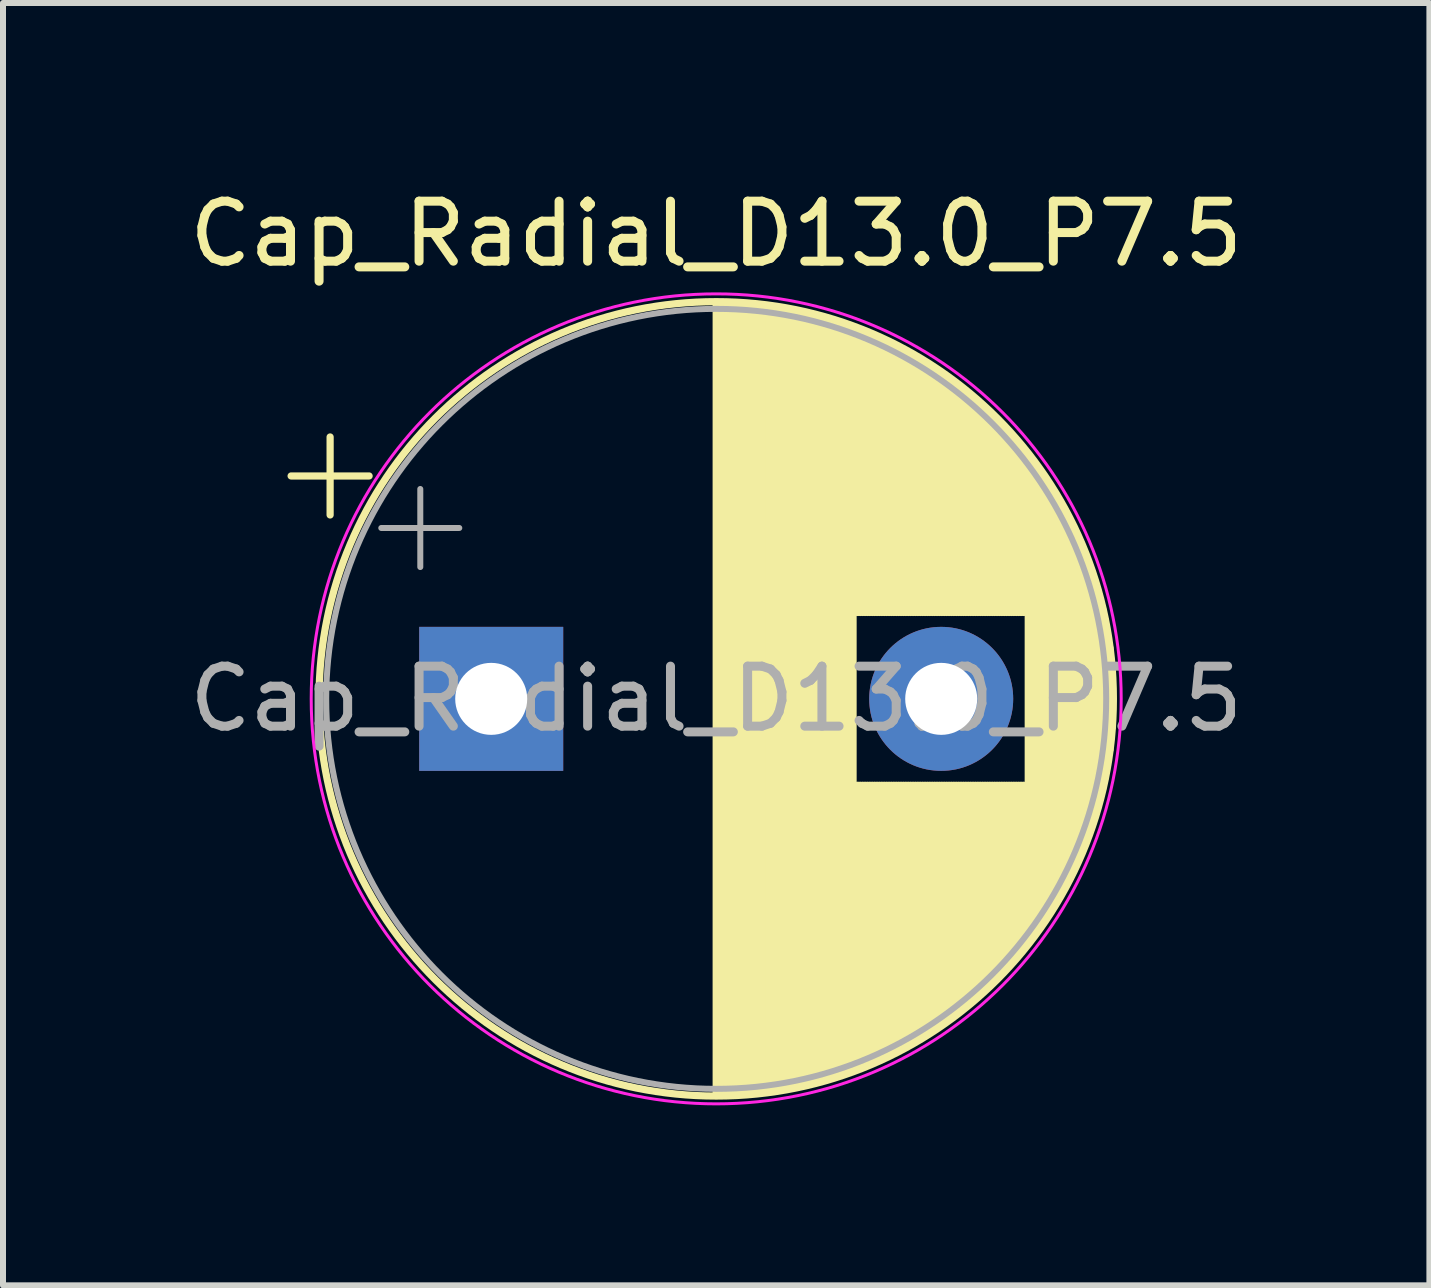
<source format=kicad_pcb>
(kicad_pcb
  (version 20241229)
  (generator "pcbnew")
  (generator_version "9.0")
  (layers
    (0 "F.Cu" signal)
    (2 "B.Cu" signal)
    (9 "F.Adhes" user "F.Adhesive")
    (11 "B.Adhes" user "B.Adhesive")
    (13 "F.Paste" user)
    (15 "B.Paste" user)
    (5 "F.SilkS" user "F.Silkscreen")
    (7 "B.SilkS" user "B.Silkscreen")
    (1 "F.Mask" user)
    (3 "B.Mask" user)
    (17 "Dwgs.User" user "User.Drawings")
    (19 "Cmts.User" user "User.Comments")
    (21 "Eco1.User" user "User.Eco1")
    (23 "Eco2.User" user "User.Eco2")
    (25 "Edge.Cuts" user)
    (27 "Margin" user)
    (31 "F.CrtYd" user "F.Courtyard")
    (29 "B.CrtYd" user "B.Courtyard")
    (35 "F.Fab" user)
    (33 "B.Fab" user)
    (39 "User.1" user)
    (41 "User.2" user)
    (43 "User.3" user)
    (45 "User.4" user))
  (footprint "Cap_Radial_D13.0_P7.5"
    (layer "F.Cu")
    (at 8.887 8.598)
    (property "Reference" "Cap_Radial_D13.0_P7.5" (at 0 -7.75 0) (layer "F.SilkS") (effects (font (size 1 1) (thickness 0.15))))
    (attr through_hole)
    (fp_line (start -7.085 -3.715) (end -5.785 -3.715) (stroke (width 0.12) (type solid)) (layer "F.SilkS"))
    (fp_line (start -6.435 -4.365) (end -6.435 -3.065) (stroke (width 0.12) (type solid)) (layer "F.SilkS"))
    (fp_line (start 0 -6.58) (end 0 6.58) (stroke (width 0.12) (type solid)) (layer "F.SilkS"))
    (fp_line (start 0.04 -6.58) (end 0.04 6.58) (stroke (width 0.12) (type solid)) (layer "F.SilkS"))
    (fp_line (start 0.08 -6.58) (end 0.08 6.58) (stroke (width 0.12) (type solid)) (layer "F.SilkS"))
    (fp_line (start 0.12 -6.579) (end 0.12 6.579) (stroke (width 0.12) (type solid)) (layer "F.SilkS"))
    (fp_line (start 0.16 -6.579) (end 0.16 6.579) (stroke (width 0.12) (type solid)) (layer "F.SilkS"))
    (fp_line (start 0.2 -6.577) (end 0.2 6.577) (stroke (width 0.12) (type solid)) (layer "F.SilkS"))
    (fp_line (start 0.24 -6.576) (end 0.24 6.576) (stroke (width 0.12) (type solid)) (layer "F.SilkS"))
    (fp_line (start 0.28 -6.575) (end 0.28 6.575) (stroke (width 0.12) (type solid)) (layer "F.SilkS"))
    (fp_line (start 0.32 -6.573) (end 0.32 6.573) (stroke (width 0.12) (type solid)) (layer "F.SilkS"))
    (fp_line (start 0.36 -6.571) (end 0.36 6.571) (stroke (width 0.12) (type solid)) (layer "F.SilkS"))
    (fp_line (start 0.4 -6.568) (end 0.4 6.568) (stroke (width 0.12) (type solid)) (layer "F.SilkS"))
    (fp_line (start 0.44 -6.566) (end 0.44 6.566) (stroke (width 0.12) (type solid)) (layer "F.SilkS"))
    (fp_line (start 0.48 -6.563) (end 0.48 6.563) (stroke (width 0.12) (type solid)) (layer "F.SilkS"))
    (fp_line (start 0.52 -6.56) (end 0.52 6.56) (stroke (width 0.12) (type solid)) (layer "F.SilkS"))
    (fp_line (start 0.56 -6.557) (end 0.56 6.557) (stroke (width 0.12) (type solid)) (layer "F.SilkS"))
    (fp_line (start 0.6 -6.553) (end 0.6 6.553) (stroke (width 0.12) (type solid)) (layer "F.SilkS"))
    (fp_line (start 0.64 -6.549) (end 0.64 6.549) (stroke (width 0.12) (type solid)) (layer "F.SilkS"))
    (fp_line (start 0.68 -6.545) (end 0.68 6.545) (stroke (width 0.12) (type solid)) (layer "F.SilkS"))
    (fp_line (start 0.721 -6.541) (end 0.721 6.541) (stroke (width 0.12) (type solid)) (layer "F.SilkS"))
    (fp_line (start 0.761 -6.537) (end 0.761 6.537) (stroke (width 0.12) (type solid)) (layer "F.SilkS"))
    (fp_line (start 0.801 -6.532) (end 0.801 6.532) (stroke (width 0.12) (type solid)) (layer "F.SilkS"))
    (fp_line (start 0.841 -6.527) (end 0.841 6.527) (stroke (width 0.12) (type solid)) (layer "F.SilkS"))
    (fp_line (start 0.881 -6.522) (end 0.881 6.522) (stroke (width 0.12) (type solid)) (layer "F.SilkS"))
    (fp_line (start 0.921 -6.516) (end 0.921 6.516) (stroke (width 0.12) (type solid)) (layer "F.SilkS"))
    (fp_line (start 0.961 -6.511) (end 0.961 6.511) (stroke (width 0.12) (type solid)) (layer "F.SilkS"))
    (fp_line (start 1.001 -6.505) (end 1.001 6.505) (stroke (width 0.12) (type solid)) (layer "F.SilkS"))
    (fp_line (start 1.041 -6.498) (end 1.041 6.498) (stroke (width 0.12) (type solid)) (layer "F.SilkS"))
    (fp_line (start 1.081 -6.492) (end 1.081 6.492) (stroke (width 0.12) (type solid)) (layer "F.SilkS"))
    (fp_line (start 1.121 -6.485) (end 1.121 6.485) (stroke (width 0.12) (type solid)) (layer "F.SilkS"))
    (fp_line (start 1.161 -6.478) (end 1.161 6.478) (stroke (width 0.12) (type solid)) (layer "F.SilkS"))
    (fp_line (start 1.201 -6.471) (end 1.201 6.471) (stroke (width 0.12) (type solid)) (layer "F.SilkS"))
    (fp_line (start 1.241 -6.463) (end 1.241 6.463) (stroke (width 0.12) (type solid)) (layer "F.SilkS"))
    (fp_line (start 1.281 -6.456) (end 1.281 6.456) (stroke (width 0.12) (type solid)) (layer "F.SilkS"))
    (fp_line (start 1.321 -6.448) (end 1.321 6.448) (stroke (width 0.12) (type solid)) (layer "F.SilkS"))
    (fp_line (start 1.361 -6.439) (end 1.361 6.439) (stroke (width 0.12) (type solid)) (layer "F.SilkS"))
    (fp_line (start 1.401 -6.431) (end 1.401 6.431) (stroke (width 0.12) (type solid)) (layer "F.SilkS"))
    (fp_line (start 1.441 -6.422) (end 1.441 6.422) (stroke (width 0.12) (type solid)) (layer "F.SilkS"))
    (fp_line (start 1.481 -6.413) (end 1.481 6.413) (stroke (width 0.12) (type solid)) (layer "F.SilkS"))
    (fp_line (start 1.521 -6.404) (end 1.521 6.404) (stroke (width 0.12) (type solid)) (layer "F.SilkS"))
    (fp_line (start 1.561 -6.394) (end 1.561 6.394) (stroke (width 0.12) (type solid)) (layer "F.SilkS"))
    (fp_line (start 1.601 -6.384) (end 1.601 6.384) (stroke (width 0.12) (type solid)) (layer "F.SilkS"))
    (fp_line (start 1.641 -6.374) (end 1.641 6.374) (stroke (width 0.12) (type solid)) (layer "F.SilkS"))
    (fp_line (start 1.681 -6.364) (end 1.681 6.364) (stroke (width 0.12) (type solid)) (layer "F.SilkS"))
    (fp_line (start 1.721 -6.353) (end 1.721 6.353) (stroke (width 0.12) (type solid)) (layer "F.SilkS"))
    (fp_line (start 1.761 -6.342) (end 1.761 6.342) (stroke (width 0.12) (type solid)) (layer "F.SilkS"))
    (fp_line (start 1.801 -6.331) (end 1.801 6.331) (stroke (width 0.12) (type solid)) (layer "F.SilkS"))
    (fp_line (start 1.841 -6.32) (end 1.841 6.32) (stroke (width 0.12) (type solid)) (layer "F.SilkS"))
    (fp_line (start 1.881 -6.308) (end 1.881 6.308) (stroke (width 0.12) (type solid)) (layer "F.SilkS"))
    (fp_line (start 1.921 -6.296) (end 1.921 6.296) (stroke (width 0.12) (type solid)) (layer "F.SilkS"))
    (fp_line (start 1.961 -6.284) (end 1.961 6.284) (stroke (width 0.12) (type solid)) (layer "F.SilkS"))
    (fp_line (start 2.001 -6.271) (end 2.001 6.271) (stroke (width 0.12) (type solid)) (layer "F.SilkS"))
    (fp_line (start 2.041 -6.258) (end 2.041 6.258) (stroke (width 0.12) (type solid)) (layer "F.SilkS"))
    (fp_line (start 2.081 -6.245) (end 2.081 6.245) (stroke (width 0.12) (type solid)) (layer "F.SilkS"))
    (fp_line (start 2.121 -6.232) (end 2.121 6.232) (stroke (width 0.12) (type solid)) (layer "F.SilkS"))
    (fp_line (start 2.161 -6.218) (end 2.161 6.218) (stroke (width 0.12) (type solid)) (layer "F.SilkS"))
    (fp_line (start 2.201 -6.204) (end 2.201 6.204) (stroke (width 0.12) (type solid)) (layer "F.SilkS"))
    (fp_line (start 2.241 -6.19) (end 2.241 6.19) (stroke (width 0.12) (type solid)) (layer "F.SilkS"))
    (fp_line (start 2.281 -6.175) (end 2.281 6.175) (stroke (width 0.12) (type solid)) (layer "F.SilkS"))
    (fp_line (start 2.321 -6.161) (end 2.321 -1.44) (stroke (width 0.12) (type solid)) (layer "F.SilkS"))
    (fp_line (start 2.321 1.44) (end 2.321 6.161) (stroke (width 0.12) (type solid)) (layer "F.SilkS"))
    (fp_line (start 2.361 -6.146) (end 2.361 -1.44) (stroke (width 0.12) (type solid)) (layer "F.SilkS"))
    (fp_line (start 2.361 1.44) (end 2.361 6.146) (stroke (width 0.12) (type solid)) (layer "F.SilkS"))
    (fp_line (start 2.401 -6.13) (end 2.401 -1.44) (stroke (width 0.12) (type solid)) (layer "F.SilkS"))
    (fp_line (start 2.401 1.44) (end 2.401 6.13) (stroke (width 0.12) (type solid)) (layer "F.SilkS"))
    (fp_line (start 2.441 -6.114) (end 2.441 -1.44) (stroke (width 0.12) (type solid)) (layer "F.SilkS"))
    (fp_line (start 2.441 1.44) (end 2.441 6.114) (stroke (width 0.12) (type solid)) (layer "F.SilkS"))
    (fp_line (start 2.481 -6.098) (end 2.481 -1.44) (stroke (width 0.12) (type solid)) (layer "F.SilkS"))
    (fp_line (start 2.481 1.44) (end 2.481 6.098) (stroke (width 0.12) (type solid)) (layer "F.SilkS"))
    (fp_line (start 2.521 -6.082) (end 2.521 -1.44) (stroke (width 0.12) (type solid)) (layer "F.SilkS"))
    (fp_line (start 2.521 1.44) (end 2.521 6.082) (stroke (width 0.12) (type solid)) (layer "F.SilkS"))
    (fp_line (start 2.561 -6.065) (end 2.561 -1.44) (stroke (width 0.12) (type solid)) (layer "F.SilkS"))
    (fp_line (start 2.561 1.44) (end 2.561 6.065) (stroke (width 0.12) (type solid)) (layer "F.SilkS"))
    (fp_line (start 2.601 -6.049) (end 2.601 -1.44) (stroke (width 0.12) (type solid)) (layer "F.SilkS"))
    (fp_line (start 2.601 1.44) (end 2.601 6.049) (stroke (width 0.12) (type solid)) (layer "F.SilkS"))
    (fp_line (start 2.641 -6.031) (end 2.641 -1.44) (stroke (width 0.12) (type solid)) (layer "F.SilkS"))
    (fp_line (start 2.641 1.44) (end 2.641 6.031) (stroke (width 0.12) (type solid)) (layer "F.SilkS"))
    (fp_line (start 2.681 -6.014) (end 2.681 -1.44) (stroke (width 0.12) (type solid)) (layer "F.SilkS"))
    (fp_line (start 2.681 1.44) (end 2.681 6.014) (stroke (width 0.12) (type solid)) (layer "F.SilkS"))
    (fp_line (start 2.721 -5.996) (end 2.721 -1.44) (stroke (width 0.12) (type solid)) (layer "F.SilkS"))
    (fp_line (start 2.721 1.44) (end 2.721 5.996) (stroke (width 0.12) (type solid)) (layer "F.SilkS"))
    (fp_line (start 2.761 -5.978) (end 2.761 -1.44) (stroke (width 0.12) (type solid)) (layer "F.SilkS"))
    (fp_line (start 2.761 1.44) (end 2.761 5.978) (stroke (width 0.12) (type solid)) (layer "F.SilkS"))
    (fp_line (start 2.801 -5.959) (end 2.801 -1.44) (stroke (width 0.12) (type solid)) (layer "F.SilkS"))
    (fp_line (start 2.801 1.44) (end 2.801 5.959) (stroke (width 0.12) (type solid)) (layer "F.SilkS"))
    (fp_line (start 2.841 -5.94) (end 2.841 -1.44) (stroke (width 0.12) (type solid)) (layer "F.SilkS"))
    (fp_line (start 2.841 1.44) (end 2.841 5.94) (stroke (width 0.12) (type solid)) (layer "F.SilkS"))
    (fp_line (start 2.881 -5.921) (end 2.881 -1.44) (stroke (width 0.12) (type solid)) (layer "F.SilkS"))
    (fp_line (start 2.881 1.44) (end 2.881 5.921) (stroke (width 0.12) (type solid)) (layer "F.SilkS"))
    (fp_line (start 2.921 -5.902) (end 2.921 -1.44) (stroke (width 0.12) (type solid)) (layer "F.SilkS"))
    (fp_line (start 2.921 1.44) (end 2.921 5.902) (stroke (width 0.12) (type solid)) (layer "F.SilkS"))
    (fp_line (start 2.961 -5.882) (end 2.961 -1.44) (stroke (width 0.12) (type solid)) (layer "F.SilkS"))
    (fp_line (start 2.961 1.44) (end 2.961 5.882) (stroke (width 0.12) (type solid)) (layer "F.SilkS"))
    (fp_line (start 3.001 -5.862) (end 3.001 -1.44) (stroke (width 0.12) (type solid)) (layer "F.SilkS"))
    (fp_line (start 3.001 1.44) (end 3.001 5.862) (stroke (width 0.12) (type solid)) (layer "F.SilkS"))
    (fp_line (start 3.041 -5.841) (end 3.041 -1.44) (stroke (width 0.12) (type solid)) (layer "F.SilkS"))
    (fp_line (start 3.041 1.44) (end 3.041 5.841) (stroke (width 0.12) (type solid)) (layer "F.SilkS"))
    (fp_line (start 3.081 -5.82) (end 3.081 -1.44) (stroke (width 0.12) (type solid)) (layer "F.SilkS"))
    (fp_line (start 3.081 1.44) (end 3.081 5.82) (stroke (width 0.12) (type solid)) (layer "F.SilkS"))
    (fp_line (start 3.121 -5.799) (end 3.121 -1.44) (stroke (width 0.12) (type solid)) (layer "F.SilkS"))
    (fp_line (start 3.121 1.44) (end 3.121 5.799) (stroke (width 0.12) (type solid)) (layer "F.SilkS"))
    (fp_line (start 3.161 -5.778) (end 3.161 -1.44) (stroke (width 0.12) (type solid)) (layer "F.SilkS"))
    (fp_line (start 3.161 1.44) (end 3.161 5.778) (stroke (width 0.12) (type solid)) (layer "F.SilkS"))
    (fp_line (start 3.201 -5.756) (end 3.201 -1.44) (stroke (width 0.12) (type solid)) (layer "F.SilkS"))
    (fp_line (start 3.201 1.44) (end 3.201 5.756) (stroke (width 0.12) (type solid)) (layer "F.SilkS"))
    (fp_line (start 3.241 -5.733) (end 3.241 -1.44) (stroke (width 0.12) (type solid)) (layer "F.SilkS"))
    (fp_line (start 3.241 1.44) (end 3.241 5.733) (stroke (width 0.12) (type solid)) (layer "F.SilkS"))
    (fp_line (start 3.281 -5.711) (end 3.281 -1.44) (stroke (width 0.12) (type solid)) (layer "F.SilkS"))
    (fp_line (start 3.281 1.44) (end 3.281 5.711) (stroke (width 0.12) (type solid)) (layer "F.SilkS"))
    (fp_line (start 3.321 -5.688) (end 3.321 -1.44) (stroke (width 0.12) (type solid)) (layer "F.SilkS"))
    (fp_line (start 3.321 1.44) (end 3.321 5.688) (stroke (width 0.12) (type solid)) (layer "F.SilkS"))
    (fp_line (start 3.361 -5.664) (end 3.361 -1.44) (stroke (width 0.12) (type solid)) (layer "F.SilkS"))
    (fp_line (start 3.361 1.44) (end 3.361 5.664) (stroke (width 0.12) (type solid)) (layer "F.SilkS"))
    (fp_line (start 3.401 -5.641) (end 3.401 -1.44) (stroke (width 0.12) (type solid)) (layer "F.SilkS"))
    (fp_line (start 3.401 1.44) (end 3.401 5.641) (stroke (width 0.12) (type solid)) (layer "F.SilkS"))
    (fp_line (start 3.441 -5.617) (end 3.441 -1.44) (stroke (width 0.12) (type solid)) (layer "F.SilkS"))
    (fp_line (start 3.441 1.44) (end 3.441 5.617) (stroke (width 0.12) (type solid)) (layer "F.SilkS"))
    (fp_line (start 3.481 -5.592) (end 3.481 -1.44) (stroke (width 0.12) (type solid)) (layer "F.SilkS"))
    (fp_line (start 3.481 1.44) (end 3.481 5.592) (stroke (width 0.12) (type solid)) (layer "F.SilkS"))
    (fp_line (start 3.521 -5.567) (end 3.521 -1.44) (stroke (width 0.12) (type solid)) (layer "F.SilkS"))
    (fp_line (start 3.521 1.44) (end 3.521 5.567) (stroke (width 0.12) (type solid)) (layer "F.SilkS"))
    (fp_line (start 3.561 -5.542) (end 3.561 -1.44) (stroke (width 0.12) (type solid)) (layer "F.SilkS"))
    (fp_line (start 3.561 1.44) (end 3.561 5.542) (stroke (width 0.12) (type solid)) (layer "F.SilkS"))
    (fp_line (start 3.601 -5.516) (end 3.601 -1.44) (stroke (width 0.12) (type solid)) (layer "F.SilkS"))
    (fp_line (start 3.601 1.44) (end 3.601 5.516) (stroke (width 0.12) (type solid)) (layer "F.SilkS"))
    (fp_line (start 3.641 -5.49) (end 3.641 -1.44) (stroke (width 0.12) (type solid)) (layer "F.SilkS"))
    (fp_line (start 3.641 1.44) (end 3.641 5.49) (stroke (width 0.12) (type solid)) (layer "F.SilkS"))
    (fp_line (start 3.681 -5.463) (end 3.681 -1.44) (stroke (width 0.12) (type solid)) (layer "F.SilkS"))
    (fp_line (start 3.681 1.44) (end 3.681 5.463) (stroke (width 0.12) (type solid)) (layer "F.SilkS"))
    (fp_line (start 3.721 -5.436) (end 3.721 -1.44) (stroke (width 0.12) (type solid)) (layer "F.SilkS"))
    (fp_line (start 3.721 1.44) (end 3.721 5.436) (stroke (width 0.12) (type solid)) (layer "F.SilkS"))
    (fp_line (start 3.761 -5.409) (end 3.761 -1.44) (stroke (width 0.12) (type solid)) (layer "F.SilkS"))
    (fp_line (start 3.761 1.44) (end 3.761 5.409) (stroke (width 0.12) (type solid)) (layer "F.SilkS"))
    (fp_line (start 3.801 -5.381) (end 3.801 -1.44) (stroke (width 0.12) (type solid)) (layer "F.SilkS"))
    (fp_line (start 3.801 1.44) (end 3.801 5.381) (stroke (width 0.12) (type solid)) (layer "F.SilkS"))
    (fp_line (start 3.841 -5.353) (end 3.841 -1.44) (stroke (width 0.12) (type solid)) (layer "F.SilkS"))
    (fp_line (start 3.841 1.44) (end 3.841 5.353) (stroke (width 0.12) (type solid)) (layer "F.SilkS"))
    (fp_line (start 3.881 -5.324) (end 3.881 -1.44) (stroke (width 0.12) (type solid)) (layer "F.SilkS"))
    (fp_line (start 3.881 1.44) (end 3.881 5.324) (stroke (width 0.12) (type solid)) (layer "F.SilkS"))
    (fp_line (start 3.921 -5.295) (end 3.921 -1.44) (stroke (width 0.12) (type solid)) (layer "F.SilkS"))
    (fp_line (start 3.921 1.44) (end 3.921 5.295) (stroke (width 0.12) (type solid)) (layer "F.SilkS"))
    (fp_line (start 3.961 -5.265) (end 3.961 -1.44) (stroke (width 0.12) (type solid)) (layer "F.SilkS"))
    (fp_line (start 3.961 1.44) (end 3.961 5.265) (stroke (width 0.12) (type solid)) (layer "F.SilkS"))
    (fp_line (start 4.001 -5.235) (end 4.001 -1.44) (stroke (width 0.12) (type solid)) (layer "F.SilkS"))
    (fp_line (start 4.001 1.44) (end 4.001 5.235) (stroke (width 0.12) (type solid)) (layer "F.SilkS"))
    (fp_line (start 4.041 -5.205) (end 4.041 -1.44) (stroke (width 0.12) (type solid)) (layer "F.SilkS"))
    (fp_line (start 4.041 1.44) (end 4.041 5.205) (stroke (width 0.12) (type solid)) (layer "F.SilkS"))
    (fp_line (start 4.081 -5.174) (end 4.081 -1.44) (stroke (width 0.12) (type solid)) (layer "F.SilkS"))
    (fp_line (start 4.081 1.44) (end 4.081 5.174) (stroke (width 0.12) (type solid)) (layer "F.SilkS"))
    (fp_line (start 4.121 -5.142) (end 4.121 -1.44) (stroke (width 0.12) (type solid)) (layer "F.SilkS"))
    (fp_line (start 4.121 1.44) (end 4.121 5.142) (stroke (width 0.12) (type solid)) (layer "F.SilkS"))
    (fp_line (start 4.161 -5.11) (end 4.161 -1.44) (stroke (width 0.12) (type solid)) (layer "F.SilkS"))
    (fp_line (start 4.161 1.44) (end 4.161 5.11) (stroke (width 0.12) (type solid)) (layer "F.SilkS"))
    (fp_line (start 4.201 -5.078) (end 4.201 -1.44) (stroke (width 0.12) (type solid)) (layer "F.SilkS"))
    (fp_line (start 4.201 1.44) (end 4.201 5.078) (stroke (width 0.12) (type solid)) (layer "F.SilkS"))
    (fp_line (start 4.241 -5.044) (end 4.241 -1.44) (stroke (width 0.12) (type solid)) (layer "F.SilkS"))
    (fp_line (start 4.241 1.44) (end 4.241 5.044) (stroke (width 0.12) (type solid)) (layer "F.SilkS"))
    (fp_line (start 4.281 -5.011) (end 4.281 -1.44) (stroke (width 0.12) (type solid)) (layer "F.SilkS"))
    (fp_line (start 4.281 1.44) (end 4.281 5.011) (stroke (width 0.12) (type solid)) (layer "F.SilkS"))
    (fp_line (start 4.321 -4.977) (end 4.321 -1.44) (stroke (width 0.12) (type solid)) (layer "F.SilkS"))
    (fp_line (start 4.321 1.44) (end 4.321 4.977) (stroke (width 0.12) (type solid)) (layer "F.SilkS"))
    (fp_line (start 4.361 -4.942) (end 4.361 -1.44) (stroke (width 0.12) (type solid)) (layer "F.SilkS"))
    (fp_line (start 4.361 1.44) (end 4.361 4.942) (stroke (width 0.12) (type solid)) (layer "F.SilkS"))
    (fp_line (start 4.401 -4.907) (end 4.401 -1.44) (stroke (width 0.12) (type solid)) (layer "F.SilkS"))
    (fp_line (start 4.401 1.44) (end 4.401 4.907) (stroke (width 0.12) (type solid)) (layer "F.SilkS"))
    (fp_line (start 4.441 -4.871) (end 4.441 -1.44) (stroke (width 0.12) (type solid)) (layer "F.SilkS"))
    (fp_line (start 4.441 1.44) (end 4.441 4.871) (stroke (width 0.12) (type solid)) (layer "F.SilkS"))
    (fp_line (start 4.481 -4.834) (end 4.481 -1.44) (stroke (width 0.12) (type solid)) (layer "F.SilkS"))
    (fp_line (start 4.481 1.44) (end 4.481 4.834) (stroke (width 0.12) (type solid)) (layer "F.SilkS"))
    (fp_line (start 4.521 -4.797) (end 4.521 -1.44) (stroke (width 0.12) (type solid)) (layer "F.SilkS"))
    (fp_line (start 4.521 1.44) (end 4.521 4.797) (stroke (width 0.12) (type solid)) (layer "F.SilkS"))
    (fp_line (start 4.561 -4.76) (end 4.561 -1.44) (stroke (width 0.12) (type solid)) (layer "F.SilkS"))
    (fp_line (start 4.561 1.44) (end 4.561 4.76) (stroke (width 0.12) (type solid)) (layer "F.SilkS"))
    (fp_line (start 4.601 -4.721) (end 4.601 -1.44) (stroke (width 0.12) (type solid)) (layer "F.SilkS"))
    (fp_line (start 4.601 1.44) (end 4.601 4.721) (stroke (width 0.12) (type solid)) (layer "F.SilkS"))
    (fp_line (start 4.641 -4.682) (end 4.641 -1.44) (stroke (width 0.12) (type solid)) (layer "F.SilkS"))
    (fp_line (start 4.641 1.44) (end 4.641 4.682) (stroke (width 0.12) (type solid)) (layer "F.SilkS"))
    (fp_line (start 4.681 -4.643) (end 4.681 -1.44) (stroke (width 0.12) (type solid)) (layer "F.SilkS"))
    (fp_line (start 4.681 1.44) (end 4.681 4.643) (stroke (width 0.12) (type solid)) (layer "F.SilkS"))
    (fp_line (start 4.721 -4.602) (end 4.721 -1.44) (stroke (width 0.12) (type solid)) (layer "F.SilkS"))
    (fp_line (start 4.721 1.44) (end 4.721 4.602) (stroke (width 0.12) (type solid)) (layer "F.SilkS"))
    (fp_line (start 4.761 -4.561) (end 4.761 -1.44) (stroke (width 0.12) (type solid)) (layer "F.SilkS"))
    (fp_line (start 4.761 1.44) (end 4.761 4.561) (stroke (width 0.12) (type solid)) (layer "F.SilkS"))
    (fp_line (start 4.801 -4.519) (end 4.801 -1.44) (stroke (width 0.12) (type solid)) (layer "F.SilkS"))
    (fp_line (start 4.801 1.44) (end 4.801 4.519) (stroke (width 0.12) (type solid)) (layer "F.SilkS"))
    (fp_line (start 4.841 -4.477) (end 4.841 -1.44) (stroke (width 0.12) (type solid)) (layer "F.SilkS"))
    (fp_line (start 4.841 1.44) (end 4.841 4.477) (stroke (width 0.12) (type solid)) (layer "F.SilkS"))
    (fp_line (start 4.881 -4.434) (end 4.881 -1.44) (stroke (width 0.12) (type solid)) (layer "F.SilkS"))
    (fp_line (start 4.881 1.44) (end 4.881 4.434) (stroke (width 0.12) (type solid)) (layer "F.SilkS"))
    (fp_line (start 4.921 -4.39) (end 4.921 -1.44) (stroke (width 0.12) (type solid)) (layer "F.SilkS"))
    (fp_line (start 4.921 1.44) (end 4.921 4.39) (stroke (width 0.12) (type solid)) (layer "F.SilkS"))
    (fp_line (start 4.961 -4.345) (end 4.961 -1.44) (stroke (width 0.12) (type solid)) (layer "F.SilkS"))
    (fp_line (start 4.961 1.44) (end 4.961 4.345) (stroke (width 0.12) (type solid)) (layer "F.SilkS"))
    (fp_line (start 5.001 -4.299) (end 5.001 -1.44) (stroke (width 0.12) (type solid)) (layer "F.SilkS"))
    (fp_line (start 5.001 1.44) (end 5.001 4.299) (stroke (width 0.12) (type solid)) (layer "F.SilkS"))
    (fp_line (start 5.041 -4.253) (end 5.041 -1.44) (stroke (width 0.12) (type solid)) (layer "F.SilkS"))
    (fp_line (start 5.041 1.44) (end 5.041 4.253) (stroke (width 0.12) (type solid)) (layer "F.SilkS"))
    (fp_line (start 5.081 -4.205) (end 5.081 -1.44) (stroke (width 0.12) (type solid)) (layer "F.SilkS"))
    (fp_line (start 5.081 1.44) (end 5.081 4.205) (stroke (width 0.12) (type solid)) (layer "F.SilkS"))
    (fp_line (start 5.121 -4.157) (end 5.121 -1.44) (stroke (width 0.12) (type solid)) (layer "F.SilkS"))
    (fp_line (start 5.121 1.44) (end 5.121 4.157) (stroke (width 0.12) (type solid)) (layer "F.SilkS"))
    (fp_line (start 5.161 -4.108) (end 5.161 -1.44) (stroke (width 0.12) (type solid)) (layer "F.SilkS"))
    (fp_line (start 5.161 1.44) (end 5.161 4.108) (stroke (width 0.12) (type solid)) (layer "F.SilkS"))
    (fp_line (start 5.201 -4.057) (end 5.201 4.057) (stroke (width 0.12) (type solid)) (layer "F.SilkS"))
    (fp_line (start 5.241 -4.006) (end 5.241 4.006) (stroke (width 0.12) (type solid)) (layer "F.SilkS"))
    (fp_line (start 5.281 -3.954) (end 5.281 3.954) (stroke (width 0.12) (type solid)) (layer "F.SilkS"))
    (fp_line (start 5.321 -3.9) (end 5.321 3.9) (stroke (width 0.12) (type solid)) (layer "F.SilkS"))
    (fp_line (start 5.361 -3.846) (end 5.361 3.846) (stroke (width 0.12) (type solid)) (layer "F.SilkS"))
    (fp_line (start 5.401 -3.79) (end 5.401 3.79) (stroke (width 0.12) (type solid)) (layer "F.SilkS"))
    (fp_line (start 5.441 -3.733) (end 5.441 3.733) (stroke (width 0.12) (type solid)) (layer "F.SilkS"))
    (fp_line (start 5.481 -3.675) (end 5.481 3.675) (stroke (width 0.12) (type solid)) (layer "F.SilkS"))
    (fp_line (start 5.521 -3.615) (end 5.521 3.615) (stroke (width 0.12) (type solid)) (layer "F.SilkS"))
    (fp_line (start 5.561 -3.554) (end 5.561 3.554) (stroke (width 0.12) (type solid)) (layer "F.SilkS"))
    (fp_line (start 5.601 -3.491) (end 5.601 3.491) (stroke (width 0.12) (type solid)) (layer "F.SilkS"))
    (fp_line (start 5.641 -3.427) (end 5.641 3.427) (stroke (width 0.12) (type solid)) (layer "F.SilkS"))
    (fp_line (start 5.681 -3.361) (end 5.681 3.361) (stroke (width 0.12) (type solid)) (layer "F.SilkS"))
    (fp_line (start 5.721 -3.293) (end 5.721 3.293) (stroke (width 0.12) (type solid)) (layer "F.SilkS"))
    (fp_line (start 5.761 -3.223) (end 5.761 3.223) (stroke (width 0.12) (type solid)) (layer "F.SilkS"))
    (fp_line (start 5.801 -3.152) (end 5.801 3.152) (stroke (width 0.12) (type solid)) (layer "F.SilkS"))
    (fp_line (start 5.841 -3.078) (end 5.841 3.078) (stroke (width 0.12) (type solid)) (layer "F.SilkS"))
    (fp_line (start 5.881 -3.002) (end 5.881 3.002) (stroke (width 0.12) (type solid)) (layer "F.SilkS"))
    (fp_line (start 5.921 -2.923) (end 5.921 2.923) (stroke (width 0.12) (type solid)) (layer "F.SilkS"))
    (fp_line (start 5.961 -2.842) (end 5.961 2.842) (stroke (width 0.12) (type solid)) (layer "F.SilkS"))
    (fp_line (start 6.001 -2.758) (end 6.001 2.758) (stroke (width 0.12) (type solid)) (layer "F.SilkS"))
    (fp_line (start 6.041 -2.67) (end 6.041 2.67) (stroke (width 0.12) (type solid)) (layer "F.SilkS"))
    (fp_line (start 6.081 -2.579) (end 6.081 2.579) (stroke (width 0.12) (type solid)) (layer "F.SilkS"))
    (fp_line (start 6.121 -2.484) (end 6.121 2.484) (stroke (width 0.12) (type solid)) (layer "F.SilkS"))
    (fp_line (start 6.161 -2.385) (end 6.161 2.385) (stroke (width 0.12) (type solid)) (layer "F.SilkS"))
    (fp_line (start 6.201 -2.281) (end 6.201 2.281) (stroke (width 0.12) (type solid)) (layer "F.SilkS"))
    (fp_line (start 6.241 -2.171) (end 6.241 2.171) (stroke (width 0.12) (type solid)) (layer "F.SilkS"))
    (fp_line (start 6.281 -2.055) (end 6.281 2.055) (stroke (width 0.12) (type solid)) (layer "F.SilkS"))
    (fp_line (start 6.321 -1.931) (end 6.321 1.931) (stroke (width 0.12) (type solid)) (layer "F.SilkS"))
    (fp_line (start 6.361 -1.798) (end 6.361 1.798) (stroke (width 0.12) (type solid)) (layer "F.SilkS"))
    (fp_line (start 6.401 -1.653) (end 6.401 1.653) (stroke (width 0.12) (type solid)) (layer "F.SilkS"))
    (fp_line (start 6.441 -1.494) (end 6.441 1.494) (stroke (width 0.12) (type solid)) (layer "F.SilkS"))
    (fp_line (start 6.481 -1.315) (end 6.481 1.315) (stroke (width 0.12) (type solid)) (layer "F.SilkS"))
    (fp_line (start 6.521 -1.107) (end 6.521 1.107) (stroke (width 0.12) (type solid)) (layer "F.SilkS"))
    (fp_line (start 6.561 -0.85) (end 6.561 0.85) (stroke (width 0.12) (type solid)) (layer "F.SilkS"))
    (fp_line (start 6.601 -0.475) (end 6.601 0.475) (stroke (width 0.12) (type solid)) (layer "F.SilkS"))
    (fp_circle (center 0 0) (end 6.62 0) (stroke (width 0.12) (type solid)) (fill no) (layer "F.SilkS"))
    (fp_circle (center 0 0) (end 6.75 0) (stroke (width 0.05) (type solid)) (fill no) (layer "F.CrtYd"))
    (fp_line (start -5.582 -2.848) (end -4.282 -2.848) (stroke (width 0.1) (type solid)) (layer "F.Fab"))
    (fp_line (start -4.932 -3.498) (end -4.932 -2.197) (stroke (width 0.1) (type solid)) (layer "F.Fab"))
    (fp_circle (center 0 0) (end 6.5 0) (stroke (width 0.1) (type solid)) (fill no) (layer "F.Fab"))
    (fp_text user "${REFERENCE}" (at 0 0 0) (layer "F.Fab") (effects (font (size 1 1) (thickness 0.15))))
    (pad "1" thru_hole rect (at -3.75 0) (size 2.4 2.4) (drill 1.2) (layers "*.Cu" "*.Mask"))
    (pad "2" thru_hole circle (at 3.75 0) (size 2.4 2.4) (drill 1.2) (layers "*.Cu" "*.Mask")))
  (gr_rect
    (start -3 -3)
    (end 20.774 18.373)
    (stroke (width 0.1) (type default))
    (fill no)
    (layer "Edge.Cuts")))
</source>
